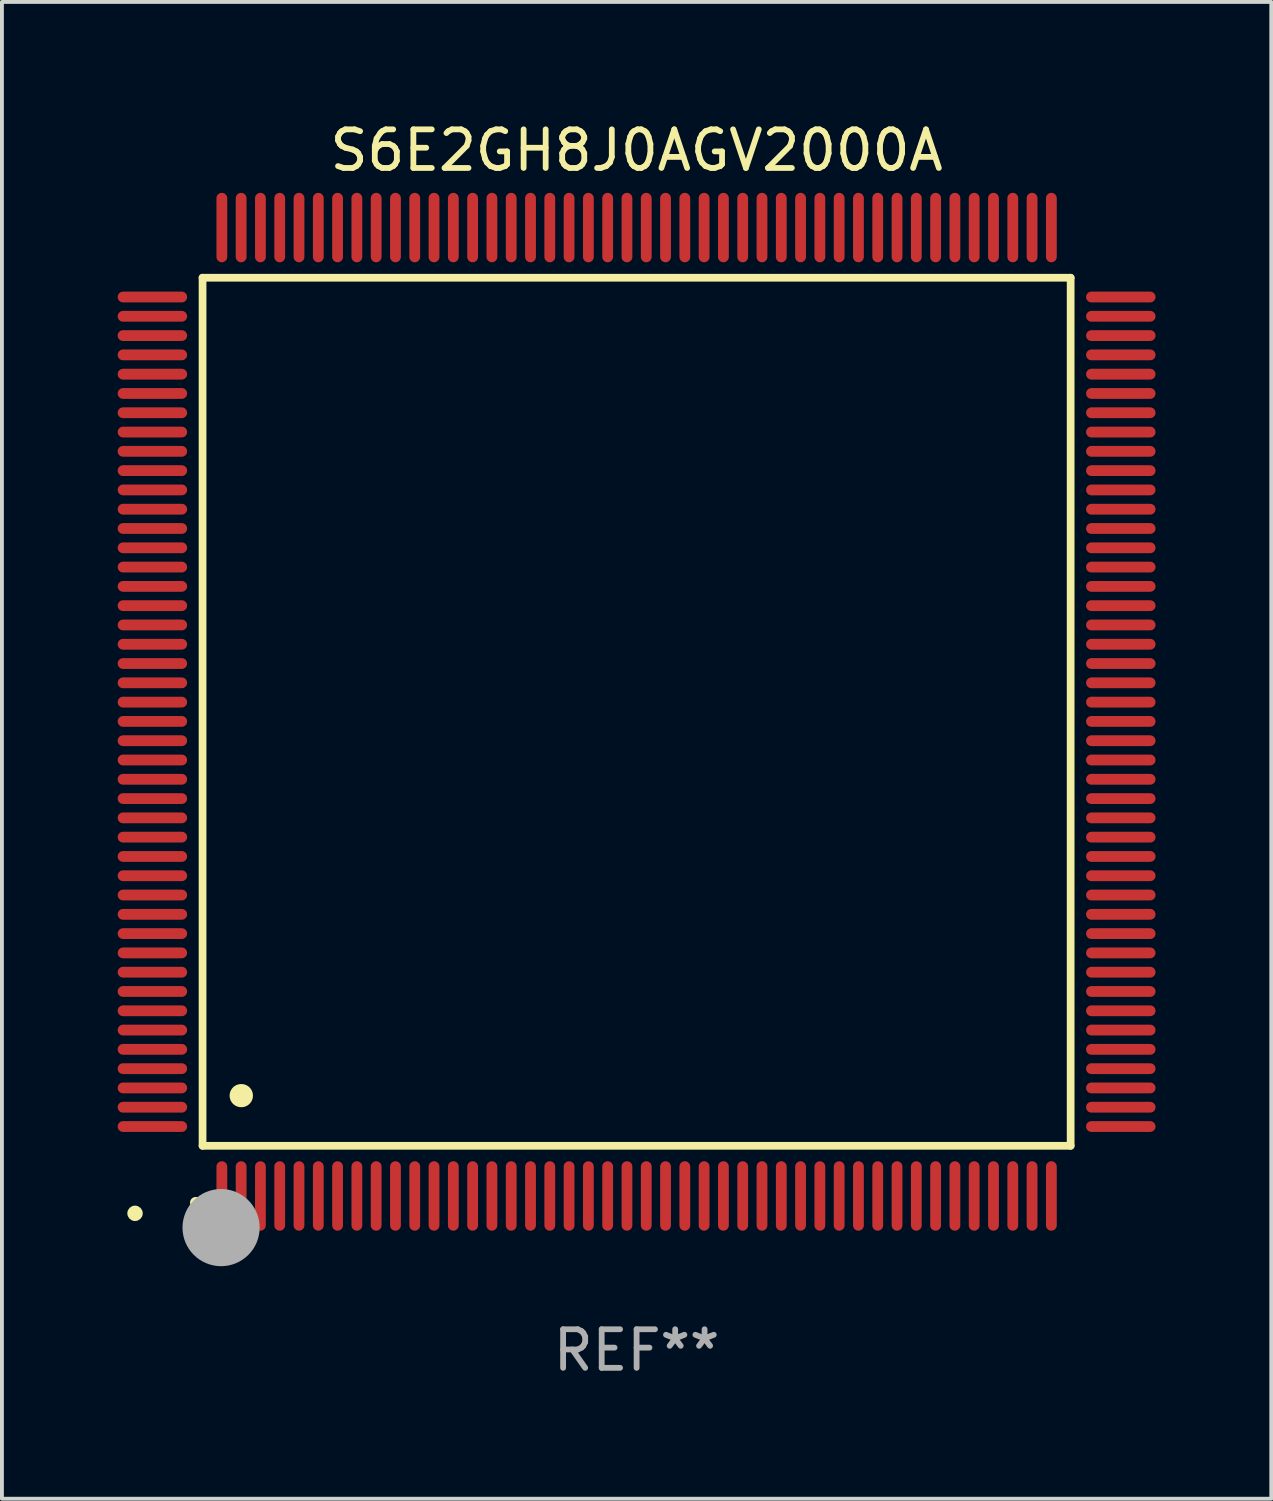
<source format=kicad_pcb>
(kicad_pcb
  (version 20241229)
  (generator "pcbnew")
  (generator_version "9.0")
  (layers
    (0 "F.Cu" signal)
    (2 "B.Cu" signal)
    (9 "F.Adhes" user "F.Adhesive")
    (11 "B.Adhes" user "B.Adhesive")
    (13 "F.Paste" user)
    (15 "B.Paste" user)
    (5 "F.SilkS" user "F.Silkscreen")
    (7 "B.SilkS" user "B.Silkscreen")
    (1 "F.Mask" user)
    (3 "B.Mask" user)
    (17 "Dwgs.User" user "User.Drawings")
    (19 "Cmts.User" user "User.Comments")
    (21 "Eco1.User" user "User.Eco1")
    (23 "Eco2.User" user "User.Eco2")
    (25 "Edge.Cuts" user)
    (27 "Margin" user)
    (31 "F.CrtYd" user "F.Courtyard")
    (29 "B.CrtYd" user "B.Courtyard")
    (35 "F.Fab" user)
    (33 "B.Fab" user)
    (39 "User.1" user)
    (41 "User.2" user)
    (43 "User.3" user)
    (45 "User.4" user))
  (footprint "S6E2GH8J0AGV2000A"
    (layer "F.Cu")
    (at 13.45 15.398)
    (property "Reference" "S6E2GH8J0AGV2000A" (at 0 -14.55 0) (layer "F.SilkS") (effects (font (size 1 1) (thickness 0.15))))
    (attr through_hole)
    (fp_line (start -11.25 -11.25) (end 11.25 -11.25) (stroke (width 0.2) (type solid)) (layer "F.SilkS"))
    (fp_line (start -11.25 11.25) (end -11.25 -11.25) (stroke (width 0.2) (type solid)) (layer "F.SilkS"))
    (fp_line (start 11.25 -11.25) (end 11.25 11.25) (stroke (width 0.2) (type solid)) (layer "F.SilkS"))
    (fp_line (start 11.25 11.25) (end -11.25 11.25) (stroke (width 0.2) (type solid)) (layer "F.SilkS"))
    (fp_arc (start -11.424943 12.725425) (mid -11.423673 12.72542) (end -11.422403 12.725425) (stroke (width 0.3) (type solid)) (layer "F.SilkS"))
    (fp_arc (start -10.24892 9.9492) (mid -10.24638 9.949189) (end -10.24384 9.9492) (stroke (width 0.6) (type solid)) (layer "F.SilkS"))
    (fp_circle (center -13 13) (end -12.9 13) (stroke (width 0.2) (type solid)) (fill no) (layer "F.SilkS"))
    (fp_circle (center -10.77 13.37) (end -10.27 13.37) (stroke (width 1) (type solid)) (fill no) (layer "F.Fab"))
    (fp_text user "REF**" (at 0 16.55 0) (layer "F.Fab") (effects (font (size 1 1) (thickness 0.15))))
    (pad "1" smd oval (at -10.75 12.55) (size 0.28 1.8) (layers "F.Cu" "F.Mask" "F.Paste"))
    (pad "2" smd oval (at -10.25 12.55) (size 0.28 1.8) (layers "F.Cu" "F.Mask" "F.Paste"))
    (pad "3" smd oval (at -9.75 12.55) (size 0.28 1.8) (layers "F.Cu" "F.Mask" "F.Paste"))
    (pad "4" smd oval (at -9.25 12.55) (size 0.28 1.8) (layers "F.Cu" "F.Mask" "F.Paste"))
    (pad "5" smd oval (at -8.75 12.55) (size 0.28 1.8) (layers "F.Cu" "F.Mask" "F.Paste"))
    (pad "6" smd oval (at -8.25 12.55) (size 0.28 1.8) (layers "F.Cu" "F.Mask" "F.Paste"))
    (pad "7" smd oval (at -7.75 12.55) (size 0.28 1.8) (layers "F.Cu" "F.Mask" "F.Paste"))
    (pad "8" smd oval (at -7.25 12.55) (size 0.28 1.8) (layers "F.Cu" "F.Mask" "F.Paste"))
    (pad "9" smd oval (at -6.75 12.55) (size 0.28 1.8) (layers "F.Cu" "F.Mask" "F.Paste"))
    (pad "10" smd oval (at -6.25 12.55) (size 0.28 1.8) (layers "F.Cu" "F.Mask" "F.Paste"))
    (pad "11" smd oval (at -5.75 12.55) (size 0.28 1.8) (layers "F.Cu" "F.Mask" "F.Paste"))
    (pad "12" smd oval (at -5.25 12.55) (size 0.28 1.8) (layers "F.Cu" "F.Mask" "F.Paste"))
    (pad "13" smd oval (at -4.75 12.55) (size 0.28 1.8) (layers "F.Cu" "F.Mask" "F.Paste"))
    (pad "14" smd oval (at -4.25 12.55) (size 0.28 1.8) (layers "F.Cu" "F.Mask" "F.Paste"))
    (pad "15" smd oval (at -3.75 12.55) (size 0.28 1.8) (layers "F.Cu" "F.Mask" "F.Paste"))
    (pad "16" smd oval (at -3.25 12.55) (size 0.28 1.8) (layers "F.Cu" "F.Mask" "F.Paste"))
    (pad "17" smd oval (at -2.75 12.55) (size 0.28 1.8) (layers "F.Cu" "F.Mask" "F.Paste"))
    (pad "18" smd oval (at -2.25 12.55) (size 0.28 1.8) (layers "F.Cu" "F.Mask" "F.Paste"))
    (pad "19" smd oval (at -1.75 12.55) (size 0.28 1.8) (layers "F.Cu" "F.Mask" "F.Paste"))
    (pad "20" smd oval (at -1.25 12.55) (size 0.28 1.8) (layers "F.Cu" "F.Mask" "F.Paste"))
    (pad "21" smd oval (at -0.75 12.55) (size 0.28 1.8) (layers "F.Cu" "F.Mask" "F.Paste"))
    (pad "22" smd oval (at -0.25 12.55) (size 0.28 1.8) (layers "F.Cu" "F.Mask" "F.Paste"))
    (pad "23" smd oval (at 0.25 12.55) (size 0.28 1.8) (layers "F.Cu" "F.Mask" "F.Paste"))
    (pad "24" smd oval (at 0.75 12.55) (size 0.28 1.8) (layers "F.Cu" "F.Mask" "F.Paste"))
    (pad "25" smd oval (at 1.25 12.55) (size 0.28 1.8) (layers "F.Cu" "F.Mask" "F.Paste"))
    (pad "26" smd oval (at 1.75 12.55) (size 0.28 1.8) (layers "F.Cu" "F.Mask" "F.Paste"))
    (pad "27" smd oval (at 2.25 12.55) (size 0.28 1.8) (layers "F.Cu" "F.Mask" "F.Paste"))
    (pad "28" smd oval (at 2.75 12.55) (size 0.28 1.8) (layers "F.Cu" "F.Mask" "F.Paste"))
    (pad "29" smd oval (at 3.25 12.55) (size 0.28 1.8) (layers "F.Cu" "F.Mask" "F.Paste"))
    (pad "30" smd oval (at 3.75 12.55) (size 0.28 1.8) (layers "F.Cu" "F.Mask" "F.Paste"))
    (pad "31" smd oval (at 4.25 12.55) (size 0.28 1.8) (layers "F.Cu" "F.Mask" "F.Paste"))
    (pad "32" smd oval (at 4.75 12.55) (size 0.28 1.8) (layers "F.Cu" "F.Mask" "F.Paste"))
    (pad "33" smd oval (at 5.25 12.55) (size 0.28 1.8) (layers "F.Cu" "F.Mask" "F.Paste"))
    (pad "34" smd oval (at 5.75 12.55) (size 0.28 1.8) (layers "F.Cu" "F.Mask" "F.Paste"))
    (pad "35" smd oval (at 6.25 12.55) (size 0.28 1.8) (layers "F.Cu" "F.Mask" "F.Paste"))
    (pad "36" smd oval (at 6.75 12.55) (size 0.28 1.8) (layers "F.Cu" "F.Mask" "F.Paste"))
    (pad "37" smd oval (at 7.25 12.55) (size 0.28 1.8) (layers "F.Cu" "F.Mask" "F.Paste"))
    (pad "38" smd oval (at 7.75 12.55) (size 0.28 1.8) (layers "F.Cu" "F.Mask" "F.Paste"))
    (pad "39" smd oval (at 8.25 12.55) (size 0.28 1.8) (layers "F.Cu" "F.Mask" "F.Paste"))
    (pad "40" smd oval (at 8.75 12.55) (size 0.28 1.8) (layers "F.Cu" "F.Mask" "F.Paste"))
    (pad "41" smd oval (at 9.25 12.55) (size 0.28 1.8) (layers "F.Cu" "F.Mask" "F.Paste"))
    (pad "42" smd oval (at 9.75 12.55) (size 0.28 1.8) (layers "F.Cu" "F.Mask" "F.Paste"))
    (pad "43" smd oval (at 10.25 12.55) (size 0.28 1.8) (layers "F.Cu" "F.Mask" "F.Paste"))
    (pad "44" smd oval (at 10.75 12.55) (size 0.28 1.8) (layers "F.Cu" "F.Mask" "F.Paste"))
    (pad "45" smd oval (at 12.55 10.75) (size 1.8 0.28) (layers "F.Cu" "F.Mask" "F.Paste"))
    (pad "46" smd oval (at 12.55 10.25) (size 1.8 0.28) (layers "F.Cu" "F.Mask" "F.Paste"))
    (pad "47" smd oval (at 12.55 9.75) (size 1.8 0.28) (layers "F.Cu" "F.Mask" "F.Paste"))
    (pad "48" smd oval (at 12.55 9.25) (size 1.8 0.28) (layers "F.Cu" "F.Mask" "F.Paste"))
    (pad "49" smd oval (at 12.55 8.75) (size 1.8 0.28) (layers "F.Cu" "F.Mask" "F.Paste"))
    (pad "50" smd oval (at 12.55 8.25) (size 1.8 0.28) (layers "F.Cu" "F.Mask" "F.Paste"))
    (pad "51" smd oval (at 12.55 7.75) (size 1.8 0.28) (layers "F.Cu" "F.Mask" "F.Paste"))
    (pad "52" smd oval (at 12.55 7.25) (size 1.8 0.28) (layers "F.Cu" "F.Mask" "F.Paste"))
    (pad "53" smd oval (at 12.55 6.75) (size 1.8 0.28) (layers "F.Cu" "F.Mask" "F.Paste"))
    (pad "54" smd oval (at 12.55 6.25) (size 1.8 0.28) (layers "F.Cu" "F.Mask" "F.Paste"))
    (pad "55" smd oval (at 12.55 5.75) (size 1.8 0.28) (layers "F.Cu" "F.Mask" "F.Paste"))
    (pad "56" smd oval (at 12.55 5.25) (size 1.8 0.28) (layers "F.Cu" "F.Mask" "F.Paste"))
    (pad "57" smd oval (at 12.55 4.75) (size 1.8 0.28) (layers "F.Cu" "F.Mask" "F.Paste"))
    (pad "58" smd oval (at 12.55 4.25) (size 1.8 0.28) (layers "F.Cu" "F.Mask" "F.Paste"))
    (pad "59" smd oval (at 12.55 3.75) (size 1.8 0.28) (layers "F.Cu" "F.Mask" "F.Paste"))
    (pad "60" smd oval (at 12.55 3.25) (size 1.8 0.28) (layers "F.Cu" "F.Mask" "F.Paste"))
    (pad "61" smd oval (at 12.55 2.75) (size 1.8 0.28) (layers "F.Cu" "F.Mask" "F.Paste"))
    (pad "62" smd oval (at 12.55 2.25) (size 1.8 0.28) (layers "F.Cu" "F.Mask" "F.Paste"))
    (pad "63" smd oval (at 12.55 1.75) (size 1.8 0.28) (layers "F.Cu" "F.Mask" "F.Paste"))
    (pad "64" smd oval (at 12.55 1.25) (size 1.8 0.28) (layers "F.Cu" "F.Mask" "F.Paste"))
    (pad "65" smd oval (at 12.55 0.75) (size 1.8 0.28) (layers "F.Cu" "F.Mask" "F.Paste"))
    (pad "66" smd oval (at 12.55 0.25) (size 1.8 0.28) (layers "F.Cu" "F.Mask" "F.Paste"))
    (pad "67" smd oval (at 12.55 -0.25) (size 1.8 0.28) (layers "F.Cu" "F.Mask" "F.Paste"))
    (pad "68" smd oval (at 12.55 -0.75) (size 1.8 0.28) (layers "F.Cu" "F.Mask" "F.Paste"))
    (pad "69" smd oval (at 12.55 -1.25) (size 1.8 0.28) (layers "F.Cu" "F.Mask" "F.Paste"))
    (pad "70" smd oval (at 12.55 -1.75) (size 1.8 0.28) (layers "F.Cu" "F.Mask" "F.Paste"))
    (pad "71" smd oval (at 12.55 -2.25) (size 1.8 0.28) (layers "F.Cu" "F.Mask" "F.Paste"))
    (pad "72" smd oval (at 12.55 -2.75) (size 1.8 0.28) (layers "F.Cu" "F.Mask" "F.Paste"))
    (pad "73" smd oval (at 12.55 -3.25) (size 1.8 0.28) (layers "F.Cu" "F.Mask" "F.Paste"))
    (pad "74" smd oval (at 12.55 -3.75) (size 1.8 0.28) (layers "F.Cu" "F.Mask" "F.Paste"))
    (pad "75" smd oval (at 12.55 -4.25) (size 1.8 0.28) (layers "F.Cu" "F.Mask" "F.Paste"))
    (pad "76" smd oval (at 12.55 -4.75) (size 1.8 0.28) (layers "F.Cu" "F.Mask" "F.Paste"))
    (pad "77" smd oval (at 12.55 -5.25) (size 1.8 0.28) (layers "F.Cu" "F.Mask" "F.Paste"))
    (pad "78" smd oval (at 12.55 -5.75) (size 1.8 0.28) (layers "F.Cu" "F.Mask" "F.Paste"))
    (pad "79" smd oval (at 12.55 -6.25) (size 1.8 0.28) (layers "F.Cu" "F.Mask" "F.Paste"))
    (pad "80" smd oval (at 12.55 -6.75) (size 1.8 0.28) (layers "F.Cu" "F.Mask" "F.Paste"))
    (pad "81" smd oval (at 12.55 -7.25) (size 1.8 0.28) (layers "F.Cu" "F.Mask" "F.Paste"))
    (pad "82" smd oval (at 12.55 -7.75) (size 1.8 0.28) (layers "F.Cu" "F.Mask" "F.Paste"))
    (pad "83" smd oval (at 12.55 -8.25) (size 1.8 0.28) (layers "F.Cu" "F.Mask" "F.Paste"))
    (pad "84" smd oval (at 12.55 -8.75) (size 1.8 0.28) (layers "F.Cu" "F.Mask" "F.Paste"))
    (pad "85" smd oval (at 12.55 -9.25) (size 1.8 0.28) (layers "F.Cu" "F.Mask" "F.Paste"))
    (pad "86" smd oval (at 12.55 -9.75) (size 1.8 0.28) (layers "F.Cu" "F.Mask" "F.Paste"))
    (pad "87" smd oval (at 12.55 -10.25) (size 1.8 0.28) (layers "F.Cu" "F.Mask" "F.Paste"))
    (pad "88" smd oval (at 12.55 -10.75) (size 1.8 0.28) (layers "F.Cu" "F.Mask" "F.Paste"))
    (pad "89" smd oval (at 10.75 -12.55) (size 0.28 1.8) (layers "F.Cu" "F.Mask" "F.Paste"))
    (pad "90" smd oval (at 10.25 -12.55) (size 0.28 1.8) (layers "F.Cu" "F.Mask" "F.Paste"))
    (pad "91" smd oval (at 9.75 -12.55) (size 0.28 1.8) (layers "F.Cu" "F.Mask" "F.Paste"))
    (pad "92" smd oval (at 9.25 -12.55) (size 0.28 1.8) (layers "F.Cu" "F.Mask" "F.Paste"))
    (pad "93" smd oval (at 8.75 -12.55) (size 0.28 1.8) (layers "F.Cu" "F.Mask" "F.Paste"))
    (pad "94" smd oval (at 8.25 -12.55) (size 0.28 1.8) (layers "F.Cu" "F.Mask" "F.Paste"))
    (pad "95" smd oval (at 7.75 -12.55) (size 0.28 1.8) (layers "F.Cu" "F.Mask" "F.Paste"))
    (pad "96" smd oval (at 7.25 -12.55) (size 0.28 1.8) (layers "F.Cu" "F.Mask" "F.Paste"))
    (pad "97" smd oval (at 6.75 -12.55) (size 0.28 1.8) (layers "F.Cu" "F.Mask" "F.Paste"))
    (pad "98" smd oval (at 6.25 -12.55) (size 0.28 1.8) (layers "F.Cu" "F.Mask" "F.Paste"))
    (pad "99" smd oval (at 5.75 -12.55) (size 0.28 1.8) (layers "F.Cu" "F.Mask" "F.Paste"))
    (pad "100" smd oval (at 5.25 -12.55) (size 0.28 1.8) (layers "F.Cu" "F.Mask" "F.Paste"))
    (pad "101" smd oval (at 4.75 -12.55) (size 0.28 1.8) (layers "F.Cu" "F.Mask" "F.Paste"))
    (pad "102" smd oval (at 4.25 -12.55) (size 0.28 1.8) (layers "F.Cu" "F.Mask" "F.Paste"))
    (pad "103" smd oval (at 3.75 -12.55) (size 0.28 1.8) (layers "F.Cu" "F.Mask" "F.Paste"))
    (pad "104" smd oval (at 3.25 -12.55) (size 0.28 1.8) (layers "F.Cu" "F.Mask" "F.Paste"))
    (pad "105" smd oval (at 2.75 -12.55) (size 0.28 1.8) (layers "F.Cu" "F.Mask" "F.Paste"))
    (pad "106" smd oval (at 2.25 -12.55) (size 0.28 1.8) (layers "F.Cu" "F.Mask" "F.Paste"))
    (pad "107" smd oval (at 1.75 -12.55) (size 0.28 1.8) (layers "F.Cu" "F.Mask" "F.Paste"))
    (pad "108" smd oval (at 1.25 -12.55) (size 0.28 1.8) (layers "F.Cu" "F.Mask" "F.Paste"))
    (pad "109" smd oval (at 0.75 -12.55) (size 0.28 1.8) (layers "F.Cu" "F.Mask" "F.Paste"))
    (pad "110" smd oval (at 0.25 -12.55) (size 0.28 1.8) (layers "F.Cu" "F.Mask" "F.Paste"))
    (pad "111" smd oval (at -0.25 -12.55) (size 0.28 1.8) (layers "F.Cu" "F.Mask" "F.Paste"))
    (pad "112" smd oval (at -0.75 -12.55) (size 0.28 1.8) (layers "F.Cu" "F.Mask" "F.Paste"))
    (pad "113" smd oval (at -1.25 -12.55) (size 0.28 1.8) (layers "F.Cu" "F.Mask" "F.Paste"))
    (pad "114" smd oval (at -1.75 -12.55) (size 0.28 1.8) (layers "F.Cu" "F.Mask" "F.Paste"))
    (pad "115" smd oval (at -2.25 -12.55) (size 0.28 1.8) (layers "F.Cu" "F.Mask" "F.Paste"))
    (pad "116" smd oval (at -2.75 -12.55) (size 0.28 1.8) (layers "F.Cu" "F.Mask" "F.Paste"))
    (pad "117" smd oval (at -3.25 -12.55) (size 0.28 1.8) (layers "F.Cu" "F.Mask" "F.Paste"))
    (pad "118" smd oval (at -3.75 -12.55) (size 0.28 1.8) (layers "F.Cu" "F.Mask" "F.Paste"))
    (pad "119" smd oval (at -4.25 -12.55) (size 0.28 1.8) (layers "F.Cu" "F.Mask" "F.Paste"))
    (pad "120" smd oval (at -4.75 -12.55) (size 0.28 1.8) (layers "F.Cu" "F.Mask" "F.Paste"))
    (pad "121" smd oval (at -5.25 -12.55) (size 0.28 1.8) (layers "F.Cu" "F.Mask" "F.Paste"))
    (pad "122" smd oval (at -5.75 -12.55) (size 0.28 1.8) (layers "F.Cu" "F.Mask" "F.Paste"))
    (pad "123" smd oval (at -6.25 -12.55) (size 0.28 1.8) (layers "F.Cu" "F.Mask" "F.Paste"))
    (pad "124" smd oval (at -6.75 -12.55) (size 0.28 1.8) (layers "F.Cu" "F.Mask" "F.Paste"))
    (pad "125" smd oval (at -7.25 -12.55) (size 0.28 1.8) (layers "F.Cu" "F.Mask" "F.Paste"))
    (pad "126" smd oval (at -7.75 -12.55) (size 0.28 1.8) (layers "F.Cu" "F.Mask" "F.Paste"))
    (pad "127" smd oval (at -8.25 -12.55) (size 0.28 1.8) (layers "F.Cu" "F.Mask" "F.Paste"))
    (pad "128" smd oval (at -8.75 -12.55) (size 0.28 1.8) (layers "F.Cu" "F.Mask" "F.Paste"))
    (pad "129" smd oval (at -9.25 -12.55) (size 0.28 1.8) (layers "F.Cu" "F.Mask" "F.Paste"))
    (pad "130" smd oval (at -9.75 -12.55) (size 0.28 1.8) (layers "F.Cu" "F.Mask" "F.Paste"))
    (pad "131" smd oval (at -10.25 -12.55) (size 0.28 1.8) (layers "F.Cu" "F.Mask" "F.Paste"))
    (pad "132" smd oval (at -10.75 -12.55) (size 0.28 1.8) (layers "F.Cu" "F.Mask" "F.Paste"))
    (pad "133" smd oval (at -12.55 -10.75) (size 1.8 0.28) (layers "F.Cu" "F.Mask" "F.Paste"))
    (pad "134" smd oval (at -12.55 -10.25) (size 1.8 0.28) (layers "F.Cu" "F.Mask" "F.Paste"))
    (pad "135" smd oval (at -12.55 -9.75) (size 1.8 0.28) (layers "F.Cu" "F.Mask" "F.Paste"))
    (pad "136" smd oval (at -12.55 -9.25) (size 1.8 0.28) (layers "F.Cu" "F.Mask" "F.Paste"))
    (pad "137" smd oval (at -12.55 -8.75) (size 1.8 0.28) (layers "F.Cu" "F.Mask" "F.Paste"))
    (pad "138" smd oval (at -12.55 -8.25) (size 1.8 0.28) (layers "F.Cu" "F.Mask" "F.Paste"))
    (pad "139" smd oval (at -12.55 -7.75) (size 1.8 0.28) (layers "F.Cu" "F.Mask" "F.Paste"))
    (pad "140" smd oval (at -12.55 -7.25) (size 1.8 0.28) (layers "F.Cu" "F.Mask" "F.Paste"))
    (pad "141" smd oval (at -12.55 -6.75) (size 1.8 0.28) (layers "F.Cu" "F.Mask" "F.Paste"))
    (pad "142" smd oval (at -12.55 -6.25) (size 1.8 0.28) (layers "F.Cu" "F.Mask" "F.Paste"))
    (pad "143" smd oval (at -12.55 -5.75) (size 1.8 0.28) (layers "F.Cu" "F.Mask" "F.Paste"))
    (pad "144" smd oval (at -12.55 -5.25) (size 1.8 0.28) (layers "F.Cu" "F.Mask" "F.Paste"))
    (pad "145" smd oval (at -12.55 -4.75) (size 1.8 0.28) (layers "F.Cu" "F.Mask" "F.Paste"))
    (pad "146" smd oval (at -12.55 -4.25) (size 1.8 0.28) (layers "F.Cu" "F.Mask" "F.Paste"))
    (pad "147" smd oval (at -12.55 -3.75) (size 1.8 0.28) (layers "F.Cu" "F.Mask" "F.Paste"))
    (pad "148" smd oval (at -12.55 -3.25) (size 1.8 0.28) (layers "F.Cu" "F.Mask" "F.Paste"))
    (pad "149" smd oval (at -12.55 -2.75) (size 1.8 0.28) (layers "F.Cu" "F.Mask" "F.Paste"))
    (pad "150" smd oval (at -12.55 -2.25) (size 1.8 0.28) (layers "F.Cu" "F.Mask" "F.Paste"))
    (pad "151" smd oval (at -12.55 -1.75) (size 1.8 0.28) (layers "F.Cu" "F.Mask" "F.Paste"))
    (pad "152" smd oval (at -12.55 -1.25) (size 1.8 0.28) (layers "F.Cu" "F.Mask" "F.Paste"))
    (pad "153" smd oval (at -12.55 -0.75) (size 1.8 0.28) (layers "F.Cu" "F.Mask" "F.Paste"))
    (pad "154" smd oval (at -12.55 -0.25) (size 1.8 0.28) (layers "F.Cu" "F.Mask" "F.Paste"))
    (pad "155" smd oval (at -12.55 0.25) (size 1.8 0.28) (layers "F.Cu" "F.Mask" "F.Paste"))
    (pad "156" smd oval (at -12.55 0.75) (size 1.8 0.28) (layers "F.Cu" "F.Mask" "F.Paste"))
    (pad "157" smd oval (at -12.55 1.25) (size 1.8 0.28) (layers "F.Cu" "F.Mask" "F.Paste"))
    (pad "158" smd oval (at -12.55 1.75) (size 1.8 0.28) (layers "F.Cu" "F.Mask" "F.Paste"))
    (pad "159" smd oval (at -12.55 2.25) (size 1.8 0.28) (layers "F.Cu" "F.Mask" "F.Paste"))
    (pad "160" smd oval (at -12.55 2.75) (size 1.8 0.28) (layers "F.Cu" "F.Mask" "F.Paste"))
    (pad "161" smd oval (at -12.55 3.25) (size 1.8 0.28) (layers "F.Cu" "F.Mask" "F.Paste"))
    (pad "162" smd oval (at -12.55 3.75) (size 1.8 0.28) (layers "F.Cu" "F.Mask" "F.Paste"))
    (pad "163" smd oval (at -12.55 4.25) (size 1.8 0.28) (layers "F.Cu" "F.Mask" "F.Paste"))
    (pad "164" smd oval (at -12.55 4.75) (size 1.8 0.28) (layers "F.Cu" "F.Mask" "F.Paste"))
    (pad "165" smd oval (at -12.55 5.25) (size 1.8 0.28) (layers "F.Cu" "F.Mask" "F.Paste"))
    (pad "166" smd oval (at -12.55 5.75) (size 1.8 0.28) (layers "F.Cu" "F.Mask" "F.Paste"))
    (pad "167" smd oval (at -12.55 6.25) (size 1.8 0.28) (layers "F.Cu" "F.Mask" "F.Paste"))
    (pad "168" smd oval (at -12.55 6.75) (size 1.8 0.28) (layers "F.Cu" "F.Mask" "F.Paste"))
    (pad "169" smd oval (at -12.55 7.25) (size 1.8 0.28) (layers "F.Cu" "F.Mask" "F.Paste"))
    (pad "170" smd oval (at -12.55 7.75) (size 1.8 0.28) (layers "F.Cu" "F.Mask" "F.Paste"))
    (pad "171" smd oval (at -12.55 8.25) (size 1.8 0.28) (layers "F.Cu" "F.Mask" "F.Paste"))
    (pad "172" smd oval (at -12.55 8.75) (size 1.8 0.28) (layers "F.Cu" "F.Mask" "F.Paste"))
    (pad "173" smd oval (at -12.55 9.25) (size 1.8 0.28) (layers "F.Cu" "F.Mask" "F.Paste"))
    (pad "174" smd oval (at -12.55 9.75) (size 1.8 0.28) (layers "F.Cu" "F.Mask" "F.Paste"))
    (pad "175" smd oval (at -12.55 10.25) (size 1.8 0.28) (layers "F.Cu" "F.Mask" "F.Paste"))
    (pad "176" smd oval (at -12.55 10.75) (size 1.8 0.28) (layers "F.Cu" "F.Mask" "F.Paste")))
  (gr_rect
    (start -3 -3)
    (end 29.9 35.796)
    (stroke (width 0.1) (type default))
    (fill no)
    (layer "Edge.Cuts")))
</source>
